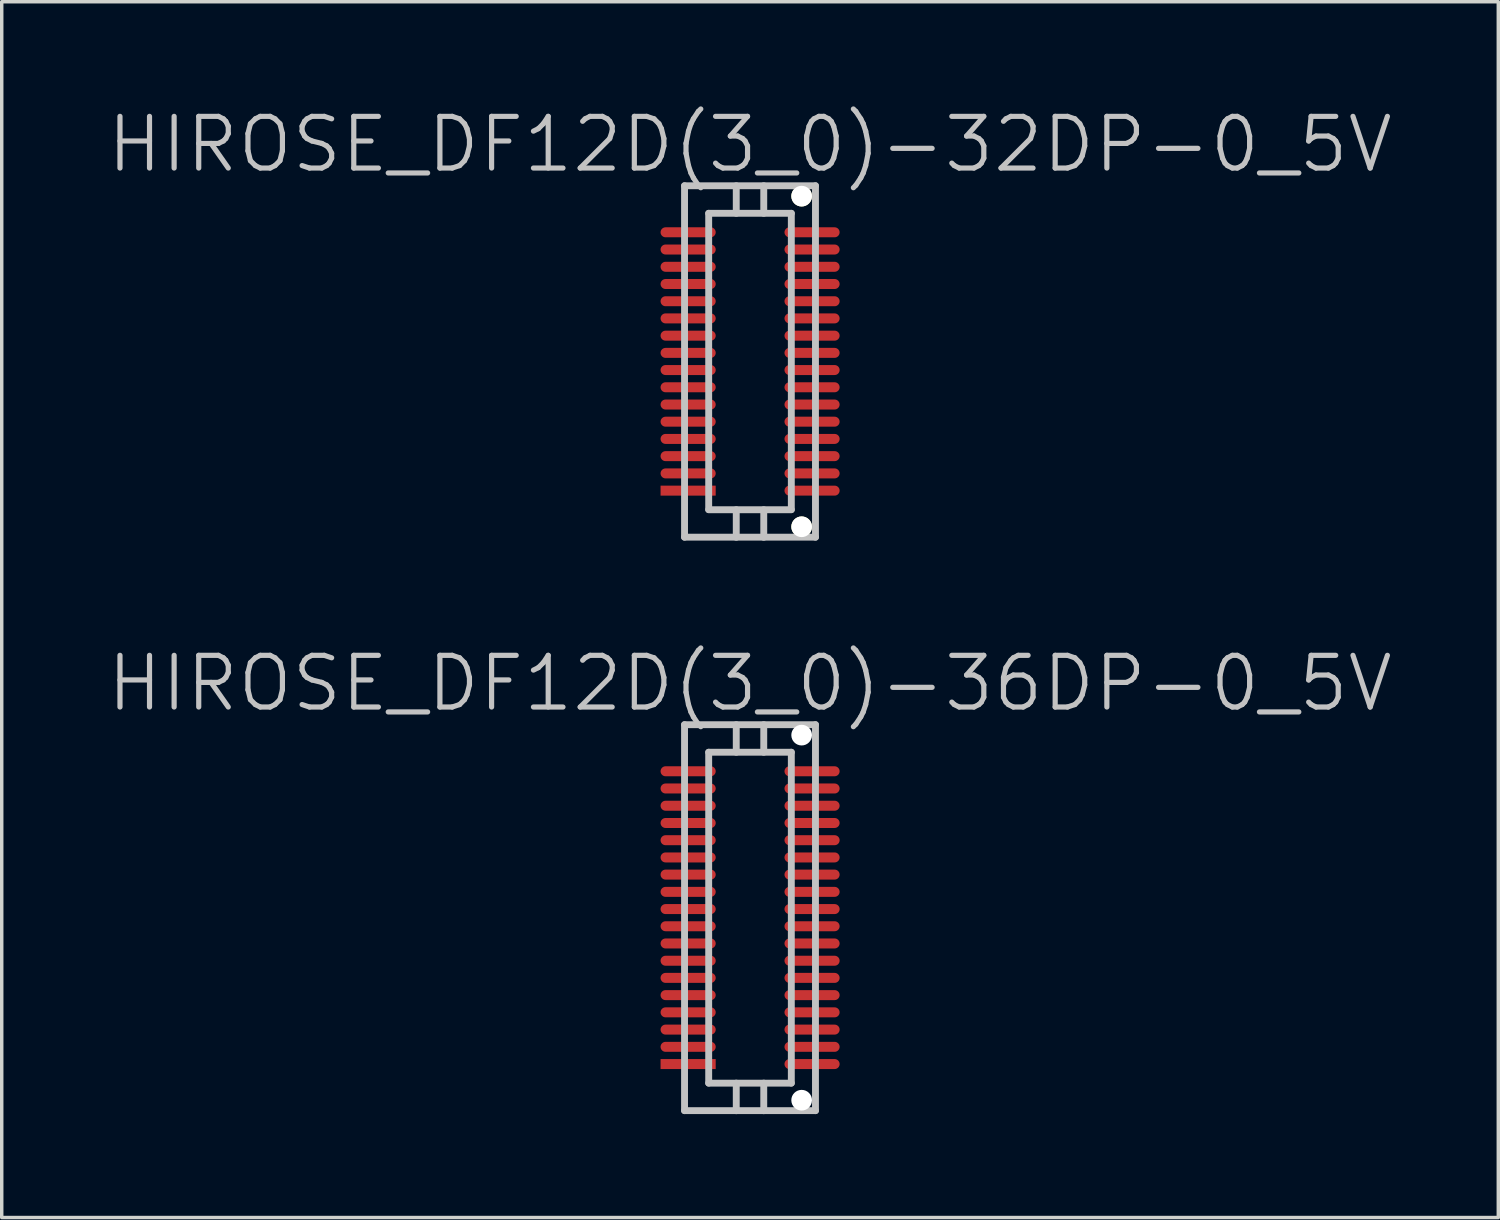
<source format=kicad_pcb>
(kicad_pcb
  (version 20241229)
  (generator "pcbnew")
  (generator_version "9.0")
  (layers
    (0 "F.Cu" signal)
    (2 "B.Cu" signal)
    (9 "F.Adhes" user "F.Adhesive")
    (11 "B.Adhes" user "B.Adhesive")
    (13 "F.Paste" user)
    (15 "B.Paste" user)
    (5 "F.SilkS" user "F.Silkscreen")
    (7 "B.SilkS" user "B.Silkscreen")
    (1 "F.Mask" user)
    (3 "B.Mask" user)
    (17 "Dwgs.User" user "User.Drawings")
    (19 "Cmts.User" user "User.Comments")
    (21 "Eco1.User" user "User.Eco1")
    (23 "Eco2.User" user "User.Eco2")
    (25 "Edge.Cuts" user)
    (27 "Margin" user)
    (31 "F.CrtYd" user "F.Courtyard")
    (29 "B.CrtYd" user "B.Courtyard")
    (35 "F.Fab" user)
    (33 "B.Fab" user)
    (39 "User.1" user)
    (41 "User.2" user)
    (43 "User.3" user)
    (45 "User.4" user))
  (footprint "HIROSE_DF12D(3_0)-32DP-0_5V"
    (layer "F.Cu")
    (at 18.718 7.441)
    (property "Reference" "HIROSE_DF12D(3_0)-32DP-0_5V" (at 0 -6.3 180) (layer "Dwgs.User") (effects (font (size 1.5 1.5) (thickness 0.15))))
    (attr smd)
    (fp_line (start -1.9 5.1) (end -1.9 -5.1) (stroke (width 0.2) (type solid)) (layer "Dwgs.User"))
    (fp_line (start -1.9 5.1) (end 1.9 5.1) (stroke (width 0.2) (type solid)) (layer "Dwgs.User"))
    (fp_line (start -1.199 -4.3) (end -1.199 4.3) (stroke (width 0.2) (type solid)) (layer "Dwgs.User"))
    (fp_line (start -1.199 -4.3) (end 1.199 -4.3) (stroke (width 0.2) (type solid)) (layer "Dwgs.User"))
    (fp_line (start -0.399 -4.3) (end -0.399 -5.1) (stroke (width 0.2) (type solid)) (layer "Dwgs.User"))
    (fp_line (start -0.399 5.103) (end -0.399 4.303) (stroke (width 0.2) (type solid)) (layer "Dwgs.User"))
    (fp_line (start 0.399 -4.3) (end 0.399 -5.1) (stroke (width 0.2) (type solid)) (layer "Dwgs.User"))
    (fp_line (start 0.399 4.303) (end 0.399 5.103) (stroke (width 0.2) (type solid)) (layer "Dwgs.User"))
    (fp_line (start 1.199 4.3) (end 1.199 -4.3) (stroke (width 0.2) (type solid)) (layer "Dwgs.User"))
    (fp_line (start 1.199 4.303) (end -1.199 4.303) (stroke (width 0.2) (type solid)) (layer "Dwgs.User"))
    (fp_line (start 1.9 -5.1) (end -1.9 -5.1) (stroke (width 0.2) (type solid)) (layer "Dwgs.User"))
    (fp_line (start 1.9 -5.1) (end 1.9 5.1) (stroke (width 0.2) (type solid)) (layer "Dwgs.User"))
    (pad "" np_thru_hole circle (at 1.499 -4.798 270) (size 0.6 0.6) (drill 0.6) (layers "*.Cu" "*.Mask" "F.SilkS"))
    (pad "" np_thru_hole circle (at 1.499 4.798 270) (size 0.6 0.6) (drill 0.6) (layers "*.Cu" "*.Mask" "F.SilkS"))
    (pad "1" smd rect (at -1.796 3.749 270) (size 0.29 1.6) (layers "F.Cu" "F.Mask" "F.Paste"))
    (pad "2" smd oval (at -1.796 3.249 270) (size 0.29 1.6) (layers "F.Cu" "F.Mask" "F.Paste"))
    (pad "3" smd oval (at -1.796 2.748 270) (size 0.29 1.6) (layers "F.Cu" "F.Mask" "F.Paste"))
    (pad "4" smd oval (at -1.796 2.248 270) (size 0.29 1.6) (layers "F.Cu" "F.Mask" "F.Paste"))
    (pad "5" smd oval (at -1.796 1.748 270) (size 0.29 1.6) (layers "F.Cu" "F.Mask" "F.Paste"))
    (pad "6" smd oval (at -1.796 1.25 270) (size 0.29 1.6) (layers "F.Cu" "F.Mask" "F.Paste"))
    (pad "7" smd oval (at -1.796 0.749 270) (size 0.29 1.6) (layers "F.Cu" "F.Mask" "F.Paste"))
    (pad "8" smd oval (at -1.796 0.249 270) (size 0.29 1.6) (layers "F.Cu" "F.Mask" "F.Paste"))
    (pad "9" smd oval (at -1.796 -0.249 270) (size 0.29 1.6) (layers "F.Cu" "F.Mask" "F.Paste"))
    (pad "10" smd oval (at -1.796 -0.749 270) (size 0.29 1.6) (layers "F.Cu" "F.Mask" "F.Paste"))
    (pad "11" smd oval (at -1.796 -1.25 270) (size 0.29 1.6) (layers "F.Cu" "F.Mask" "F.Paste"))
    (pad "12" smd oval (at -1.796 -1.748 270) (size 0.29 1.6) (layers "F.Cu" "F.Mask" "F.Paste"))
    (pad "13" smd oval (at -1.796 -2.248 270) (size 0.29 1.6) (layers "F.Cu" "F.Mask" "F.Paste"))
    (pad "14" smd oval (at -1.796 -2.748 270) (size 0.29 1.6) (layers "F.Cu" "F.Mask" "F.Paste"))
    (pad "15" smd oval (at -1.796 -3.249 270) (size 0.29 1.6) (layers "F.Cu" "F.Mask" "F.Paste"))
    (pad "16" smd oval (at -1.796 -3.749 270) (size 0.29 1.6) (layers "F.Cu" "F.Mask" "F.Paste"))
    (pad "17" smd oval (at 1.801 -3.749 270) (size 0.29 1.6) (layers "F.Cu" "F.Mask" "F.Paste"))
    (pad "18" smd oval (at 1.801 -3.249 270) (size 0.29 1.6) (layers "F.Cu" "F.Mask" "F.Paste"))
    (pad "19" smd oval (at 1.801 -2.748 270) (size 0.29 1.6) (layers "F.Cu" "F.Mask" "F.Paste"))
    (pad "20" smd oval (at 1.801 -2.248 270) (size 0.29 1.6) (layers "F.Cu" "F.Mask" "F.Paste"))
    (pad "21" smd oval (at 1.801 -1.748 270) (size 0.29 1.6) (layers "F.Cu" "F.Mask" "F.Paste"))
    (pad "22" smd oval (at 1.801 -1.25 270) (size 0.29 1.6) (layers "F.Cu" "F.Mask" "F.Paste"))
    (pad "23" smd oval (at 1.801 -0.749 270) (size 0.29 1.6) (layers "F.Cu" "F.Mask" "F.Paste"))
    (pad "24" smd oval (at 1.801 -0.249 270) (size 0.29 1.6) (layers "F.Cu" "F.Mask" "F.Paste"))
    (pad "25" smd oval (at 1.801 0.249 270) (size 0.29 1.6) (layers "F.Cu" "F.Mask" "F.Paste"))
    (pad "26" smd oval (at 1.801 0.749 270) (size 0.29 1.6) (layers "F.Cu" "F.Mask" "F.Paste"))
    (pad "27" smd oval (at 1.801 1.25 270) (size 0.29 1.6) (layers "F.Cu" "F.Mask" "F.Paste"))
    (pad "28" smd oval (at 1.801 1.748 270) (size 0.29 1.6) (layers "F.Cu" "F.Mask" "F.Paste"))
    (pad "29" smd oval (at 1.801 2.248 270) (size 0.29 1.6) (layers "F.Cu" "F.Mask" "F.Paste"))
    (pad "30" smd oval (at 1.801 2.748 270) (size 0.29 1.6) (layers "F.Cu" "F.Mask" "F.Paste"))
    (pad "31" smd oval (at 1.801 3.249 270) (size 0.29 1.6) (layers "F.Cu" "F.Mask" "F.Paste"))
    (pad "32" smd oval (at 1.801 3.749 270) (size 0.29 1.6) (layers "F.Cu" "F.Mask" "F.Paste")))
  (footprint "HIROSE_DF12D(3_0)-36DP-0_5V"
    (layer "F.Cu")
    (at 18.718 23.584)
    (property "Reference" "HIROSE_DF12D(3_0)-36DP-0_5V" (at 0 -6.8 180) (layer "Dwgs.User") (effects (font (size 1.5 1.5) (thickness 0.15))))
    (attr smd)
    (fp_line (start -1.9 5.601) (end -1.9 -5.601) (stroke (width 0.2) (type solid)) (layer "Dwgs.User"))
    (fp_line (start -1.9 5.601) (end 1.9 5.601) (stroke (width 0.2) (type solid)) (layer "Dwgs.User"))
    (fp_line (start -1.199 -4.801) (end -1.199 4.801) (stroke (width 0.2) (type solid)) (layer "Dwgs.User"))
    (fp_line (start -1.199 -4.801) (end 1.199 -4.801) (stroke (width 0.2) (type solid)) (layer "Dwgs.User"))
    (fp_line (start -0.399 -4.801) (end -0.399 -5.601) (stroke (width 0.2) (type solid)) (layer "Dwgs.User"))
    (fp_line (start -0.399 5.603) (end -0.399 4.803) (stroke (width 0.2) (type solid)) (layer "Dwgs.User"))
    (fp_line (start 0.399 -4.801) (end 0.399 -5.601) (stroke (width 0.2) (type solid)) (layer "Dwgs.User"))
    (fp_line (start 0.399 4.803) (end 0.399 5.603) (stroke (width 0.2) (type solid)) (layer "Dwgs.User"))
    (fp_line (start 1.199 4.801) (end 1.199 -4.801) (stroke (width 0.2) (type solid)) (layer "Dwgs.User"))
    (fp_line (start 1.199 4.803) (end -1.199 4.803) (stroke (width 0.2) (type solid)) (layer "Dwgs.User"))
    (fp_line (start 1.9 -5.601) (end -1.9 -5.601) (stroke (width 0.2) (type solid)) (layer "Dwgs.User"))
    (fp_line (start 1.9 -5.601) (end 1.9 5.601) (stroke (width 0.2) (type solid)) (layer "Dwgs.User"))
    (pad "" np_thru_hole circle (at 1.499 -5.298 270) (size 0.6 0.6) (drill 0.6) (layers "*.Cu" "*.Mask"))
    (pad "" np_thru_hole circle (at 1.499 5.298 270) (size 0.6 0.6) (drill 0.6) (layers "*.Cu" "*.Mask"))
    (pad "1" smd rect (at -1.796 4.249 270) (size 0.29 1.6) (layers "F.Cu" "F.Mask" "F.Paste"))
    (pad "2" smd oval (at -1.796 3.749 270) (size 0.29 1.6) (layers "F.Cu" "F.Mask" "F.Paste"))
    (pad "3" smd oval (at -1.796 3.249 270) (size 0.29 1.6) (layers "F.Cu" "F.Mask" "F.Paste"))
    (pad "4" smd oval (at -1.796 2.748 270) (size 0.29 1.6) (layers "F.Cu" "F.Mask" "F.Paste"))
    (pad "5" smd oval (at -1.796 2.248 270) (size 0.29 1.6) (layers "F.Cu" "F.Mask" "F.Paste"))
    (pad "6" smd oval (at -1.796 1.748 270) (size 0.29 1.6) (layers "F.Cu" "F.Mask" "F.Paste"))
    (pad "7" smd oval (at -1.796 1.25 270) (size 0.29 1.6) (layers "F.Cu" "F.Mask" "F.Paste"))
    (pad "8" smd oval (at -1.796 0.749 270) (size 0.29 1.6) (layers "F.Cu" "F.Mask" "F.Paste"))
    (pad "9" smd oval (at -1.796 0.249 270) (size 0.29 1.6) (layers "F.Cu" "F.Mask" "F.Paste"))
    (pad "10" smd oval (at -1.796 -0.249 270) (size 0.29 1.6) (layers "F.Cu" "F.Mask" "F.Paste"))
    (pad "11" smd oval (at -1.796 -0.749 270) (size 0.29 1.6) (layers "F.Cu" "F.Mask" "F.Paste"))
    (pad "12" smd oval (at -1.796 -1.25 270) (size 0.29 1.6) (layers "F.Cu" "F.Mask" "F.Paste"))
    (pad "13" smd oval (at -1.796 -1.748 270) (size 0.29 1.6) (layers "F.Cu" "F.Mask" "F.Paste"))
    (pad "14" smd oval (at -1.796 -2.248 270) (size 0.29 1.6) (layers "F.Cu" "F.Mask" "F.Paste"))
    (pad "15" smd oval (at -1.796 -2.748 270) (size 0.29 1.6) (layers "F.Cu" "F.Mask" "F.Paste"))
    (pad "16" smd oval (at -1.796 -3.249 270) (size 0.29 1.6) (layers "F.Cu" "F.Mask" "F.Paste"))
    (pad "17" smd oval (at -1.796 -3.749 270) (size 0.29 1.6) (layers "F.Cu" "F.Mask" "F.Paste"))
    (pad "18" smd oval (at -1.796 -4.249 270) (size 0.29 1.6) (layers "F.Cu" "F.Mask" "F.Paste"))
    (pad "19" smd oval (at 1.801 -4.249 270) (size 0.29 1.6) (layers "F.Cu" "F.Mask" "F.Paste"))
    (pad "20" smd oval (at 1.801 -3.749 270) (size 0.29 1.6) (layers "F.Cu" "F.Mask" "F.Paste"))
    (pad "21" smd oval (at 1.801 -3.249 270) (size 0.29 1.6) (layers "F.Cu" "F.Mask" "F.Paste"))
    (pad "22" smd oval (at 1.801 -2.748 270) (size 0.29 1.6) (layers "F.Cu" "F.Mask" "F.Paste"))
    (pad "23" smd oval (at 1.801 -2.248 270) (size 0.29 1.6) (layers "F.Cu" "F.Mask" "F.Paste"))
    (pad "24" smd oval (at 1.801 -1.748 270) (size 0.29 1.6) (layers "F.Cu" "F.Mask" "F.Paste"))
    (pad "25" smd oval (at 1.801 -1.25 270) (size 0.29 1.6) (layers "F.Cu" "F.Mask" "F.Paste"))
    (pad "26" smd oval (at 1.801 -0.749 270) (size 0.29 1.6) (layers "F.Cu" "F.Mask" "F.Paste"))
    (pad "27" smd oval (at 1.801 -0.249 270) (size 0.29 1.6) (layers "F.Cu" "F.Mask" "F.Paste"))
    (pad "28" smd oval (at 1.801 0.249 270) (size 0.29 1.6) (layers "F.Cu" "F.Mask" "F.Paste"))
    (pad "29" smd oval (at 1.801 0.749 270) (size 0.29 1.6) (layers "F.Cu" "F.Mask" "F.Paste"))
    (pad "30" smd oval (at 1.801 1.25 270) (size 0.29 1.6) (layers "F.Cu" "F.Mask" "F.Paste"))
    (pad "31" smd oval (at 1.801 1.748 270) (size 0.29 1.6) (layers "F.Cu" "F.Mask" "F.Paste"))
    (pad "32" smd oval (at 1.801 2.248 270) (size 0.29 1.6) (layers "F.Cu" "F.Mask" "F.Paste"))
    (pad "33" smd oval (at 1.801 2.748 270) (size 0.29 1.6) (layers "F.Cu" "F.Mask" "F.Paste"))
    (pad "34" smd oval (at 1.801 3.249 270) (size 0.29 1.6) (layers "F.Cu" "F.Mask" "F.Paste"))
    (pad "35" smd oval (at 1.801 3.749 270) (size 0.29 1.6) (layers "F.Cu" "F.Mask" "F.Paste"))
    (pad "36" smd oval (at 1.801 4.249 270) (size 0.29 1.6) (layers "F.Cu" "F.Mask" "F.Paste")))
  (gr_rect
    (start -3 -3)
    (end 40.436 32.288)
    (stroke (width 0.1) (type default))
    (fill no)
    (layer "Edge.Cuts")))
</source>
